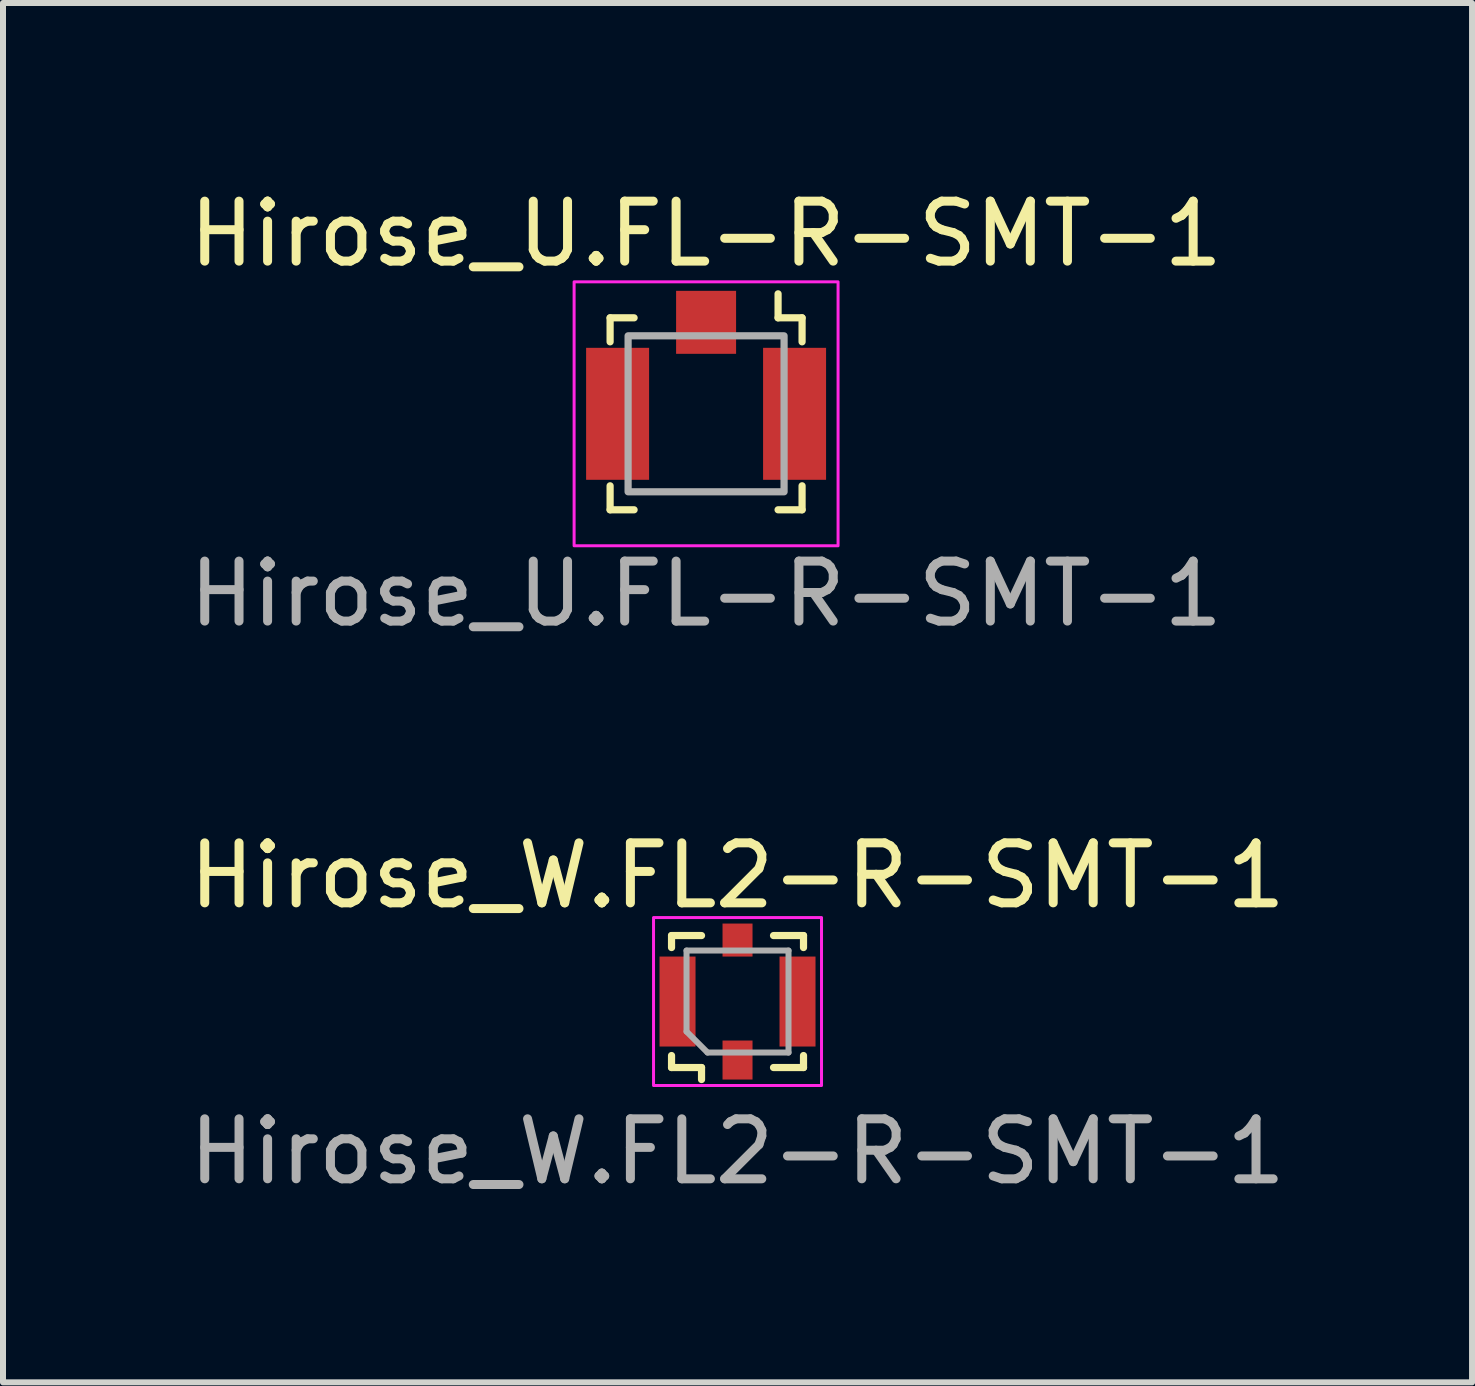
<source format=kicad_pcb>
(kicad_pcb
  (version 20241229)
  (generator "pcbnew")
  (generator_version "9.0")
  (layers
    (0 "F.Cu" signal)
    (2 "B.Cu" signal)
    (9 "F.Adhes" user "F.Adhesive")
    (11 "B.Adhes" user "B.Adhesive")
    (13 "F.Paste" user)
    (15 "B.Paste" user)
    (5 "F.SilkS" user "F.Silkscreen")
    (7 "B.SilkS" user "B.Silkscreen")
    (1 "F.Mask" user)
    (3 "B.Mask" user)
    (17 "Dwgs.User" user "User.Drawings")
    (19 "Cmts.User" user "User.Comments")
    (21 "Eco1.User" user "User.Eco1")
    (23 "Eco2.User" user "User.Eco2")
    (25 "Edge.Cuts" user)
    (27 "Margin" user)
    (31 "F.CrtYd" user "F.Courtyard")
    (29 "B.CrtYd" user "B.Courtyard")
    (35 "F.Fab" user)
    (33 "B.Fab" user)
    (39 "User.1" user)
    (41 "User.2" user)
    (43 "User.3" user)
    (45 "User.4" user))
  (footprint "Hirose_W.FL2-R-SMT-1"
    (layer "F.Cu")
    (at 9.244 13.645)
    (property "Reference" "Hirose_W.FL2-R-SMT-1" (at 0 -2.1 0) (unlocked yes) (layer "F.SilkS") (effects (font (size 1 1) (thickness 0.15))))
    (attr smd)
    (fp_line (start -1.1 -1.1) (end -1.1 -0.9) (stroke (width 0.12) (type default)) (layer "F.SilkS"))
    (fp_line (start -1.1 0.9) (end -1.1 1.1) (stroke (width 0.12) (type default)) (layer "F.SilkS"))
    (fp_line (start -1.1 1.1) (end -0.6 1.1) (stroke (width 0.12) (type default)) (layer "F.SilkS"))
    (fp_line (start -0.6 -1.1) (end -1.1 -1.1) (stroke (width 0.12) (type default)) (layer "F.SilkS"))
    (fp_line (start -0.6 1.1) (end -0.6 1.3) (stroke (width 0.12) (type default)) (layer "F.SilkS"))
    (fp_line (start 0.6 1.1) (end 1.1 1.1) (stroke (width 0.12) (type default)) (layer "F.SilkS"))
    (fp_line (start 1.1 -1.1) (end 0.6 -1.1) (stroke (width 0.12) (type default)) (layer "F.SilkS"))
    (fp_line (start 1.1 -0.9) (end 1.1 -1.1) (stroke (width 0.12) (type default)) (layer "F.SilkS"))
    (fp_line (start 1.1 1.1) (end 1.1 0.9) (stroke (width 0.12) (type default)) (layer "F.SilkS"))
    (fp_rect (start -1.4 -1.4) (end 1.4 1.4) (stroke (width 0.05) (type default)) (fill no) (layer "F.CrtYd"))
    (fp_line (start -0.85 -0.85) (end -0.85 0.5) (stroke (width 0.1) (type default)) (layer "F.Fab"))
    (fp_line (start -0.85 -0.85) (end 0.85 -0.85) (stroke (width 0.1) (type default)) (layer "F.Fab"))
    (fp_line (start -0.5 0.85) (end -0.85 0.5) (stroke (width 0.1) (type default)) (layer "F.Fab"))
    (fp_line (start 0.85 -0.85) (end 0.85 0.85) (stroke (width 0.1) (type default)) (layer "F.Fab"))
    (fp_line (start 0.85 0.85) (end -0.5 0.85) (stroke (width 0.1) (type default)) (layer "F.Fab"))
    (fp_text user "${REFERENCE}" (at 0 2.5 0) (unlocked yes) (layer "F.Fab") (effects (font (size 1 1) (thickness 0.15))))
    (pad "1" smd rect (at 0 0.975) (size 0.5 0.65) (layers "F.Cu" "F.Mask" "F.Paste"))
    (pad "2" smd rect (at -1 0) (size 0.6 1.5) (layers "F.Cu" "F.Mask" "F.Paste"))
    (pad "2" smd rect (at 0 -1.025) (size 0.5 0.55) (layers "F.Cu" "F.Mask" "F.Paste"))
    (pad "2" smd rect (at 1 0) (size 0.6 1.5) (layers "F.Cu" "F.Mask" "F.Paste"))
    (zone (net_name "") (layer "F.Cu") (hatch edge 0.5) (connect_pads) (min_thickness 0.25) (filled_areas_thickness no) (keepout (tracks allowed) (vias not_allowed) (pads allowed) (copperpour not_allowed) (footprints allowed)) (placement (enabled no)) (fill) (polygon (pts (xy 8.544 12.895) (xy 9.944 12.895) (xy 9.944 14.395) (xy 8.544 14.395)))))
  (footprint "Hirose_U.FL-R-SMT-1"
    (layer "F.Cu")
    (at 8.72 3.848)
    (property "Reference" "Hirose_U.FL-R-SMT-1" (at 0 -3 0) (unlocked yes) (layer "F.SilkS") (effects (font (size 1 1) (thickness 0.15))))
    (attr smd)
    (fp_line (start -1.6 -1.6) (end -1.2 -1.6) (stroke (width 0.12) (type default)) (layer "F.SilkS"))
    (fp_line (start -1.6 -1.2) (end -1.6 -1.6) (stroke (width 0.12) (type default)) (layer "F.SilkS"))
    (fp_line (start -1.6 1.6) (end -1.6 1.2) (stroke (width 0.12) (type default)) (layer "F.SilkS"))
    (fp_line (start -1.2 1.6) (end -1.6 1.6) (stroke (width 0.12) (type default)) (layer "F.SilkS"))
    (fp_line (start 1.2 -1.6) (end 1.2 -2) (stroke (width 0.12) (type default)) (layer "F.SilkS"))
    (fp_line (start 1.2 -1.6) (end 1.6 -1.6) (stroke (width 0.12) (type default)) (layer "F.SilkS"))
    (fp_line (start 1.6 -1.6) (end 1.6 -1.2) (stroke (width 0.12) (type default)) (layer "F.SilkS"))
    (fp_line (start 1.6 1.2) (end 1.6 1.6) (stroke (width 0.12) (type default)) (layer "F.SilkS"))
    (fp_line (start 1.6 1.6) (end 1.2 1.6) (stroke (width 0.12) (type default)) (layer "F.SilkS"))
    (fp_rect (start -2.2 -2.2) (end 2.2 2.2) (stroke (width 0.05) (type default)) (fill no) (layer "F.CrtYd"))
    (fp_rect (start -1.3 -1.3) (end 1.3 1.3) (stroke (width 0.12) (type default)) (fill no) (layer "F.Fab"))
    (fp_text user "${REFERENCE}" (at 0 3 0) (unlocked yes) (layer "F.Fab") (effects (font (size 1 1) (thickness 0.15))))
    (pad "1" smd rect (at 0 -1.525) (size 1 1.05) (layers "F.Cu" "F.Mask" "F.Paste"))
    (pad "2" smd rect (at -1.475 0) (size 1.05 2.2) (layers "F.Cu" "F.Mask" "F.Paste"))
    (pad "2" smd rect (at 1.475 0) (size 1.05 2.2) (layers "F.Cu" "F.Mask" "F.Paste"))
    (zone (net_name "") (layer "F.Cu") (hatch edge 0.5) (connect_pads) (min_thickness 0.25) (filled_areas_thickness no) (keepout (tracks not_allowed) (vias not_allowed) (pads allowed) (copperpour not_allowed) (footprints allowed)) (placement (enabled no)) (fill) (polygon (pts (xy 7.77 2.748) (xy 9.67 2.748) (xy 9.67 4.948) (xy 7.77 4.948)))))
  (gr_rect
    (start -3 -3)
    (end 21.488 19.993)
    (stroke (width 0.1) (type default))
    (fill no)
    (layer "Edge.Cuts")))
</source>
